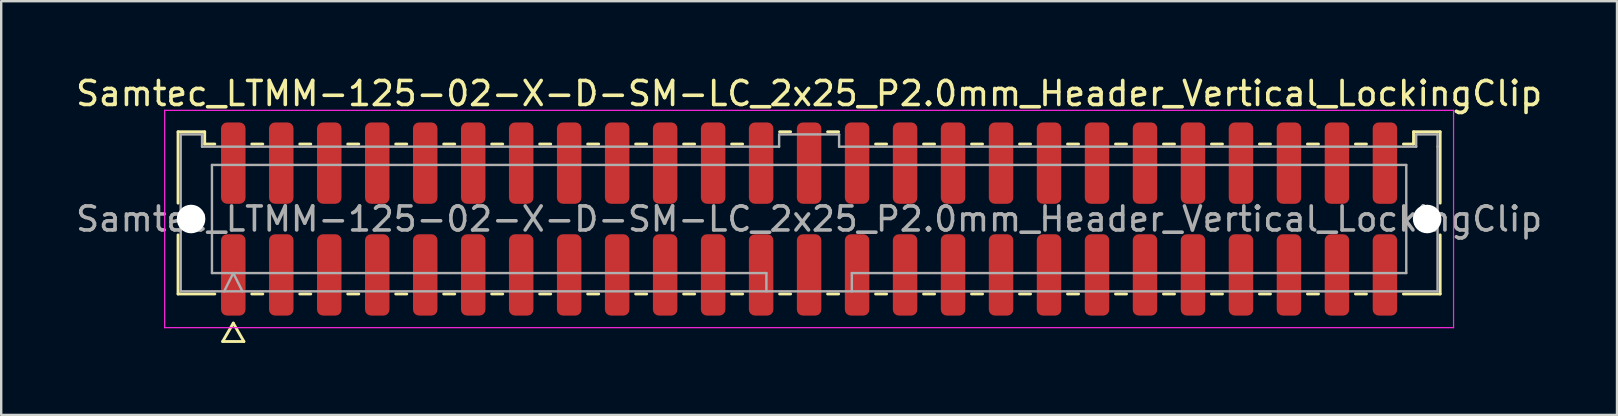
<source format=kicad_pcb>
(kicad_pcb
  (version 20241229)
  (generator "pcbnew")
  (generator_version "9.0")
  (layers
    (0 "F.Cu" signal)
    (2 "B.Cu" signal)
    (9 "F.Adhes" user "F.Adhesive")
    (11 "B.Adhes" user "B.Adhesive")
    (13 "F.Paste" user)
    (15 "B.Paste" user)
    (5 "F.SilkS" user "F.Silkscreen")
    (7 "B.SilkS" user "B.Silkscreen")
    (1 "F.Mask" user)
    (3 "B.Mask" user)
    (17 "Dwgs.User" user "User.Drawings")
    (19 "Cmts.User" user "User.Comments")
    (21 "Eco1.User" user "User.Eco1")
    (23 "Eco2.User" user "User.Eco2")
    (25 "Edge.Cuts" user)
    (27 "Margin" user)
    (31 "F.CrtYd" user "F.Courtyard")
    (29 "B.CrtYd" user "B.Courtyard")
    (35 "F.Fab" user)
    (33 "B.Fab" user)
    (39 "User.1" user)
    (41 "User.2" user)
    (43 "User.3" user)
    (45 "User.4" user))
  (footprint "Samtec_LTMM-125-02-X-D-SM-LC_2x25_P2.0mm_Header_Vertical_LockingClip"
    (layer "F.Cu")
    (at 30.673 6.078)
    (property "Reference" "Samtec_LTMM-125-02-X-D-SM-LC_2x25_P2.0mm_Header_Vertical_LockingClip" (at 0 -5.23 0) (layer "F.SilkS") (effects (font (size 1 1) (thickness 0.15))))
    (attr smd)
    (fp_line (start -26.302 -3.635) (end -25.192 -3.635) (stroke (width 0.12) (type solid)) (layer "F.SilkS"))
    (fp_line (start -26.302 -0.662) (end -26.302 -3.635) (stroke (width 0.12) (type solid)) (layer "F.SilkS"))
    (fp_line (start -26.302 3.125) (end -26.302 0.662) (stroke (width 0.12) (type solid)) (layer "F.SilkS"))
    (fp_line (start -25.192 -3.635) (end -25.192 -3.125) (stroke (width 0.12) (type solid)) (layer "F.SilkS"))
    (fp_line (start -25.192 -3.125) (end -24.77 -3.125) (stroke (width 0.12) (type solid)) (layer "F.SilkS"))
    (fp_line (start -24.77 3.125) (end -26.302 3.125) (stroke (width 0.12) (type solid)) (layer "F.SilkS"))
    (fp_line (start -24.442 5.105) (end -24 4.34) (stroke (width 0.12) (type solid)) (layer "F.SilkS"))
    (fp_line (start -24 4.34) (end -23.558 5.105) (stroke (width 0.12) (type solid)) (layer "F.SilkS"))
    (fp_line (start -23.558 5.105) (end -24.442 5.105) (stroke (width 0.12) (type solid)) (layer "F.SilkS"))
    (fp_line (start -23.23 -3.125) (end -22.77 -3.125) (stroke (width 0.12) (type solid)) (layer "F.SilkS"))
    (fp_line (start -22.77 3.125) (end -23.23 3.125) (stroke (width 0.12) (type solid)) (layer "F.SilkS"))
    (fp_line (start -21.23 -3.125) (end -20.77 -3.125) (stroke (width 0.12) (type solid)) (layer "F.SilkS"))
    (fp_line (start -20.77 3.125) (end -21.23 3.125) (stroke (width 0.12) (type solid)) (layer "F.SilkS"))
    (fp_line (start -19.23 -3.125) (end -18.77 -3.125) (stroke (width 0.12) (type solid)) (layer "F.SilkS"))
    (fp_line (start -18.77 3.125) (end -19.23 3.125) (stroke (width 0.12) (type solid)) (layer "F.SilkS"))
    (fp_line (start -17.23 -3.125) (end -16.77 -3.125) (stroke (width 0.12) (type solid)) (layer "F.SilkS"))
    (fp_line (start -16.77 3.125) (end -17.23 3.125) (stroke (width 0.12) (type solid)) (layer "F.SilkS"))
    (fp_line (start -15.23 -3.125) (end -14.77 -3.125) (stroke (width 0.12) (type solid)) (layer "F.SilkS"))
    (fp_line (start -14.77 3.125) (end -15.23 3.125) (stroke (width 0.12) (type solid)) (layer "F.SilkS"))
    (fp_line (start -13.23 -3.125) (end -12.77 -3.125) (stroke (width 0.12) (type solid)) (layer "F.SilkS"))
    (fp_line (start -12.77 3.125) (end -13.23 3.125) (stroke (width 0.12) (type solid)) (layer "F.SilkS"))
    (fp_line (start -11.23 -3.125) (end -10.77 -3.125) (stroke (width 0.12) (type solid)) (layer "F.SilkS"))
    (fp_line (start -10.77 3.125) (end -11.23 3.125) (stroke (width 0.12) (type solid)) (layer "F.SilkS"))
    (fp_line (start -9.23 -3.125) (end -8.77 -3.125) (stroke (width 0.12) (type solid)) (layer "F.SilkS"))
    (fp_line (start -8.77 3.125) (end -9.23 3.125) (stroke (width 0.12) (type solid)) (layer "F.SilkS"))
    (fp_line (start -7.23 -3.125) (end -6.77 -3.125) (stroke (width 0.12) (type solid)) (layer "F.SilkS"))
    (fp_line (start -6.77 3.125) (end -7.23 3.125) (stroke (width 0.12) (type solid)) (layer "F.SilkS"))
    (fp_line (start -5.23 -3.125) (end -4.77 -3.125) (stroke (width 0.12) (type solid)) (layer "F.SilkS"))
    (fp_line (start -4.77 3.125) (end -5.23 3.125) (stroke (width 0.12) (type solid)) (layer "F.SilkS"))
    (fp_line (start -3.23 -3.125) (end -2.77 -3.125) (stroke (width 0.12) (type solid)) (layer "F.SilkS"))
    (fp_line (start -2.77 3.125) (end -3.23 3.125) (stroke (width 0.12) (type solid)) (layer "F.SilkS"))
    (fp_line (start -1.23 -3.635) (end -0.77 -3.635) (stroke (width 0.12) (type solid)) (layer "F.SilkS"))
    (fp_line (start -0.77 3.125) (end -1.23 3.125) (stroke (width 0.12) (type solid)) (layer "F.SilkS"))
    (fp_line (start 0.77 -3.635) (end 1.23 -3.635) (stroke (width 0.12) (type solid)) (layer "F.SilkS"))
    (fp_line (start 1.23 3.125) (end 0.77 3.125) (stroke (width 0.12) (type solid)) (layer "F.SilkS"))
    (fp_line (start 2.77 -3.125) (end 3.23 -3.125) (stroke (width 0.12) (type solid)) (layer "F.SilkS"))
    (fp_line (start 3.23 3.125) (end 2.77 3.125) (stroke (width 0.12) (type solid)) (layer "F.SilkS"))
    (fp_line (start 4.77 -3.125) (end 5.23 -3.125) (stroke (width 0.12) (type solid)) (layer "F.SilkS"))
    (fp_line (start 5.23 3.125) (end 4.77 3.125) (stroke (width 0.12) (type solid)) (layer "F.SilkS"))
    (fp_line (start 6.77 -3.125) (end 7.23 -3.125) (stroke (width 0.12) (type solid)) (layer "F.SilkS"))
    (fp_line (start 7.23 3.125) (end 6.77 3.125) (stroke (width 0.12) (type solid)) (layer "F.SilkS"))
    (fp_line (start 8.77 -3.125) (end 9.23 -3.125) (stroke (width 0.12) (type solid)) (layer "F.SilkS"))
    (fp_line (start 9.23 3.125) (end 8.77 3.125) (stroke (width 0.12) (type solid)) (layer "F.SilkS"))
    (fp_line (start 10.77 -3.125) (end 11.23 -3.125) (stroke (width 0.12) (type solid)) (layer "F.SilkS"))
    (fp_line (start 11.23 3.125) (end 10.77 3.125) (stroke (width 0.12) (type solid)) (layer "F.SilkS"))
    (fp_line (start 12.77 -3.125) (end 13.23 -3.125) (stroke (width 0.12) (type solid)) (layer "F.SilkS"))
    (fp_line (start 13.23 3.125) (end 12.77 3.125) (stroke (width 0.12) (type solid)) (layer "F.SilkS"))
    (fp_line (start 14.77 -3.125) (end 15.23 -3.125) (stroke (width 0.12) (type solid)) (layer "F.SilkS"))
    (fp_line (start 15.23 3.125) (end 14.77 3.125) (stroke (width 0.12) (type solid)) (layer "F.SilkS"))
    (fp_line (start 16.77 -3.125) (end 17.23 -3.125) (stroke (width 0.12) (type solid)) (layer "F.SilkS"))
    (fp_line (start 17.23 3.125) (end 16.77 3.125) (stroke (width 0.12) (type solid)) (layer "F.SilkS"))
    (fp_line (start 18.77 -3.125) (end 19.23 -3.125) (stroke (width 0.12) (type solid)) (layer "F.SilkS"))
    (fp_line (start 19.23 3.125) (end 18.77 3.125) (stroke (width 0.12) (type solid)) (layer "F.SilkS"))
    (fp_line (start 20.77 -3.125) (end 21.23 -3.125) (stroke (width 0.12) (type solid)) (layer "F.SilkS"))
    (fp_line (start 21.23 3.125) (end 20.77 3.125) (stroke (width 0.12) (type solid)) (layer "F.SilkS"))
    (fp_line (start 22.77 -3.125) (end 23.23 -3.125) (stroke (width 0.12) (type solid)) (layer "F.SilkS"))
    (fp_line (start 23.23 3.125) (end 22.77 3.125) (stroke (width 0.12) (type solid)) (layer "F.SilkS"))
    (fp_line (start 24.77 -3.125) (end 25.192 -3.125) (stroke (width 0.12) (type solid)) (layer "F.SilkS"))
    (fp_line (start 25.192 -3.635) (end 26.302 -3.635) (stroke (width 0.12) (type solid)) (layer "F.SilkS"))
    (fp_line (start 25.192 -3.125) (end 25.192 -3.635) (stroke (width 0.12) (type solid)) (layer "F.SilkS"))
    (fp_line (start 26.302 -3.635) (end 26.302 -0.662) (stroke (width 0.12) (type solid)) (layer "F.SilkS"))
    (fp_line (start 26.302 0.662) (end 26.302 3.125) (stroke (width 0.12) (type solid)) (layer "F.SilkS"))
    (fp_line (start 26.302 3.125) (end 24.77 3.125) (stroke (width 0.12) (type solid)) (layer "F.SilkS"))
    (fp_line (start -26.86 -4.53) (end -26.86 4.53) (stroke (width 0.05) (type solid)) (layer "F.CrtYd"))
    (fp_line (start -26.86 4.53) (end 26.86 4.53) (stroke (width 0.05) (type solid)) (layer "F.CrtYd"))
    (fp_line (start 26.86 -4.53) (end -26.86 -4.53) (stroke (width 0.05) (type solid)) (layer "F.CrtYd"))
    (fp_line (start 26.86 4.53) (end 26.86 -4.53) (stroke (width 0.05) (type solid)) (layer "F.CrtYd"))
    (fp_line (start -26.192 -3.525) (end -25.302 -3.525) (stroke (width 0.1) (type solid)) (layer "F.Fab"))
    (fp_line (start -26.192 3.015) (end -26.192 -3.525) (stroke (width 0.1) (type solid)) (layer "F.Fab"))
    (fp_line (start -25.302 -3.525) (end -25.302 -3.015) (stroke (width 0.1) (type solid)) (layer "F.Fab"))
    (fp_line (start -25.302 -3.015) (end -1.25 -3.015) (stroke (width 0.1) (type solid)) (layer "F.Fab"))
    (fp_line (start -24.889 -2.253) (end 24.889 -2.253) (stroke (width 0.1) (type solid)) (layer "F.Fab"))
    (fp_line (start -24.889 2.253) (end -24.889 -2.253) (stroke (width 0.1) (type solid)) (layer "F.Fab"))
    (fp_line (start -24.381 3.015) (end -24 2.253) (stroke (width 0.1) (type solid)) (layer "F.Fab"))
    (fp_line (start -24 2.253) (end -23.619 3.015) (stroke (width 0.1) (type solid)) (layer "F.Fab"))
    (fp_line (start -1.78 2.253) (end -24.889 2.253) (stroke (width 0.1) (type solid)) (layer "F.Fab"))
    (fp_line (start -1.78 3.015) (end -1.78 2.253) (stroke (width 0.1) (type solid)) (layer "F.Fab"))
    (fp_line (start -1.25 -3.525) (end 1.25 -3.525) (stroke (width 0.1) (type solid)) (layer "F.Fab"))
    (fp_line (start -1.25 -3.015) (end -1.25 -3.525) (stroke (width 0.1) (type solid)) (layer "F.Fab"))
    (fp_line (start 1.25 -3.525) (end 1.25 -3.015) (stroke (width 0.1) (type solid)) (layer "F.Fab"))
    (fp_line (start 1.25 -3.015) (end 25.302 -3.015) (stroke (width 0.1) (type solid)) (layer "F.Fab"))
    (fp_line (start 1.78 2.253) (end 1.78 3.015) (stroke (width 0.1) (type solid)) (layer "F.Fab"))
    (fp_line (start 24.889 -2.253) (end 24.889 2.253) (stroke (width 0.1) (type solid)) (layer "F.Fab"))
    (fp_line (start 24.889 2.253) (end 1.78 2.253) (stroke (width 0.1) (type solid)) (layer "F.Fab"))
    (fp_line (start 25.302 -3.525) (end 26.192 -3.525) (stroke (width 0.1) (type solid)) (layer "F.Fab"))
    (fp_line (start 25.302 -3.015) (end 25.302 -3.525) (stroke (width 0.1) (type solid)) (layer "F.Fab"))
    (fp_line (start 26.192 -3.525) (end 26.192 -3.015) (stroke (width 0.1) (type solid)) (layer "F.Fab"))
    (fp_line (start 26.192 -3.015) (end 26.192 3.015) (stroke (width 0.1) (type solid)) (layer "F.Fab"))
    (fp_line (start 26.192 3.015) (end -26.192 3.015) (stroke (width 0.1) (type solid)) (layer "F.Fab"))
    (fp_text user "${REFERENCE}" (at 0 0 0) (layer "F.Fab") (effects (font (size 1 1) (thickness 0.15))))
    (pad "" np_thru_hole circle (at -25.76 0) (size 1.19 1.19) (drill 1.19) (layers "*.Cu" "*.Mask"))
    (pad "" np_thru_hole circle (at 25.76 0) (size 1.19 1.19) (drill 1.19) (layers "*.Cu" "*.Mask"))
    (pad "1" smd roundrect (at -24 2.33) (size 1.02 3.39) (layers "F.Cu" "F.Mask" "F.Paste") (roundrect_rratio 0.245))
    (pad "2" smd roundrect (at -24 -2.33) (size 1.02 3.39) (layers "F.Cu" "F.Mask" "F.Paste") (roundrect_rratio 0.245))
    (pad "3" smd roundrect (at -22 2.33) (size 1.02 3.39) (layers "F.Cu" "F.Mask" "F.Paste") (roundrect_rratio 0.245))
    (pad "4" smd roundrect (at -22 -2.33) (size 1.02 3.39) (layers "F.Cu" "F.Mask" "F.Paste") (roundrect_rratio 0.245))
    (pad "5" smd roundrect (at -20 2.33) (size 1.02 3.39) (layers "F.Cu" "F.Mask" "F.Paste") (roundrect_rratio 0.245))
    (pad "6" smd roundrect (at -20 -2.33) (size 1.02 3.39) (layers "F.Cu" "F.Mask" "F.Paste") (roundrect_rratio 0.245))
    (pad "7" smd roundrect (at -18 2.33) (size 1.02 3.39) (layers "F.Cu" "F.Mask" "F.Paste") (roundrect_rratio 0.245))
    (pad "8" smd roundrect (at -18 -2.33) (size 1.02 3.39) (layers "F.Cu" "F.Mask" "F.Paste") (roundrect_rratio 0.245))
    (pad "9" smd roundrect (at -16 2.33) (size 1.02 3.39) (layers "F.Cu" "F.Mask" "F.Paste") (roundrect_rratio 0.245))
    (pad "10" smd roundrect (at -16 -2.33) (size 1.02 3.39) (layers "F.Cu" "F.Mask" "F.Paste") (roundrect_rratio 0.245))
    (pad "11" smd roundrect (at -14 2.33) (size 1.02 3.39) (layers "F.Cu" "F.Mask" "F.Paste") (roundrect_rratio 0.245))
    (pad "12" smd roundrect (at -14 -2.33) (size 1.02 3.39) (layers "F.Cu" "F.Mask" "F.Paste") (roundrect_rratio 0.245))
    (pad "13" smd roundrect (at -12 2.33) (size 1.02 3.39) (layers "F.Cu" "F.Mask" "F.Paste") (roundrect_rratio 0.245))
    (pad "14" smd roundrect (at -12 -2.33) (size 1.02 3.39) (layers "F.Cu" "F.Mask" "F.Paste") (roundrect_rratio 0.245))
    (pad "15" smd roundrect (at -10 2.33) (size 1.02 3.39) (layers "F.Cu" "F.Mask" "F.Paste") (roundrect_rratio 0.245))
    (pad "16" smd roundrect (at -10 -2.33) (size 1.02 3.39) (layers "F.Cu" "F.Mask" "F.Paste") (roundrect_rratio 0.245))
    (pad "17" smd roundrect (at -8 2.33) (size 1.02 3.39) (layers "F.Cu" "F.Mask" "F.Paste") (roundrect_rratio 0.245))
    (pad "18" smd roundrect (at -8 -2.33) (size 1.02 3.39) (layers "F.Cu" "F.Mask" "F.Paste") (roundrect_rratio 0.245))
    (pad "19" smd roundrect (at -6 2.33) (size 1.02 3.39) (layers "F.Cu" "F.Mask" "F.Paste") (roundrect_rratio 0.245))
    (pad "20" smd roundrect (at -6 -2.33) (size 1.02 3.39) (layers "F.Cu" "F.Mask" "F.Paste") (roundrect_rratio 0.245))
    (pad "21" smd roundrect (at -4 2.33) (size 1.02 3.39) (layers "F.Cu" "F.Mask" "F.Paste") (roundrect_rratio 0.245))
    (pad "22" smd roundrect (at -4 -2.33) (size 1.02 3.39) (layers "F.Cu" "F.Mask" "F.Paste") (roundrect_rratio 0.245))
    (pad "23" smd roundrect (at -2 2.33) (size 1.02 3.39) (layers "F.Cu" "F.Mask" "F.Paste") (roundrect_rratio 0.245))
    (pad "24" smd roundrect (at -2 -2.33) (size 1.02 3.39) (layers "F.Cu" "F.Mask" "F.Paste") (roundrect_rratio 0.245))
    (pad "25" smd roundrect (at 0 2.33) (size 1.02 3.39) (layers "F.Cu" "F.Mask" "F.Paste") (roundrect_rratio 0.245))
    (pad "26" smd roundrect (at 0 -2.33) (size 1.02 3.39) (layers "F.Cu" "F.Mask" "F.Paste") (roundrect_rratio 0.245))
    (pad "27" smd roundrect (at 2 2.33) (size 1.02 3.39) (layers "F.Cu" "F.Mask" "F.Paste") (roundrect_rratio 0.245))
    (pad "28" smd roundrect (at 2 -2.33) (size 1.02 3.39) (layers "F.Cu" "F.Mask" "F.Paste") (roundrect_rratio 0.245))
    (pad "29" smd roundrect (at 4 2.33) (size 1.02 3.39) (layers "F.Cu" "F.Mask" "F.Paste") (roundrect_rratio 0.245))
    (pad "30" smd roundrect (at 4 -2.33) (size 1.02 3.39) (layers "F.Cu" "F.Mask" "F.Paste") (roundrect_rratio 0.245))
    (pad "31" smd roundrect (at 6 2.33) (size 1.02 3.39) (layers "F.Cu" "F.Mask" "F.Paste") (roundrect_rratio 0.245))
    (pad "32" smd roundrect (at 6 -2.33) (size 1.02 3.39) (layers "F.Cu" "F.Mask" "F.Paste") (roundrect_rratio 0.245))
    (pad "33" smd roundrect (at 8 2.33) (size 1.02 3.39) (layers "F.Cu" "F.Mask" "F.Paste") (roundrect_rratio 0.245))
    (pad "34" smd roundrect (at 8 -2.33) (size 1.02 3.39) (layers "F.Cu" "F.Mask" "F.Paste") (roundrect_rratio 0.245))
    (pad "35" smd roundrect (at 10 2.33) (size 1.02 3.39) (layers "F.Cu" "F.Mask" "F.Paste") (roundrect_rratio 0.245))
    (pad "36" smd roundrect (at 10 -2.33) (size 1.02 3.39) (layers "F.Cu" "F.Mask" "F.Paste") (roundrect_rratio 0.245))
    (pad "37" smd roundrect (at 12 2.33) (size 1.02 3.39) (layers "F.Cu" "F.Mask" "F.Paste") (roundrect_rratio 0.245))
    (pad "38" smd roundrect (at 12 -2.33) (size 1.02 3.39) (layers "F.Cu" "F.Mask" "F.Paste") (roundrect_rratio 0.245))
    (pad "39" smd roundrect (at 14 2.33) (size 1.02 3.39) (layers "F.Cu" "F.Mask" "F.Paste") (roundrect_rratio 0.245))
    (pad "40" smd roundrect (at 14 -2.33) (size 1.02 3.39) (layers "F.Cu" "F.Mask" "F.Paste") (roundrect_rratio 0.245))
    (pad "41" smd roundrect (at 16 2.33) (size 1.02 3.39) (layers "F.Cu" "F.Mask" "F.Paste") (roundrect_rratio 0.245))
    (pad "42" smd roundrect (at 16 -2.33) (size 1.02 3.39) (layers "F.Cu" "F.Mask" "F.Paste") (roundrect_rratio 0.245))
    (pad "43" smd roundrect (at 18 2.33) (size 1.02 3.39) (layers "F.Cu" "F.Mask" "F.Paste") (roundrect_rratio 0.245))
    (pad "44" smd roundrect (at 18 -2.33) (size 1.02 3.39) (layers "F.Cu" "F.Mask" "F.Paste") (roundrect_rratio 0.245))
    (pad "45" smd roundrect (at 20 2.33) (size 1.02 3.39) (layers "F.Cu" "F.Mask" "F.Paste") (roundrect_rratio 0.245))
    (pad "46" smd roundrect (at 20 -2.33) (size 1.02 3.39) (layers "F.Cu" "F.Mask" "F.Paste") (roundrect_rratio 0.245))
    (pad "47" smd roundrect (at 22 2.33) (size 1.02 3.39) (layers "F.Cu" "F.Mask" "F.Paste") (roundrect_rratio 0.245))
    (pad "48" smd roundrect (at 22 -2.33) (size 1.02 3.39) (layers "F.Cu" "F.Mask" "F.Paste") (roundrect_rratio 0.245))
    (pad "49" smd roundrect (at 24 2.33) (size 1.02 3.39) (layers "F.Cu" "F.Mask" "F.Paste") (roundrect_rratio 0.245))
    (pad "50" smd roundrect (at 24 -2.33) (size 1.02 3.39) (layers "F.Cu" "F.Mask" "F.Paste") (roundrect_rratio 0.245)))
  (gr_rect
    (start -3 -3)
    (end 64.345 14.243)
    (stroke (width 0.1) (type default))
    (fill no)
    (layer "Edge.Cuts")))
</source>
